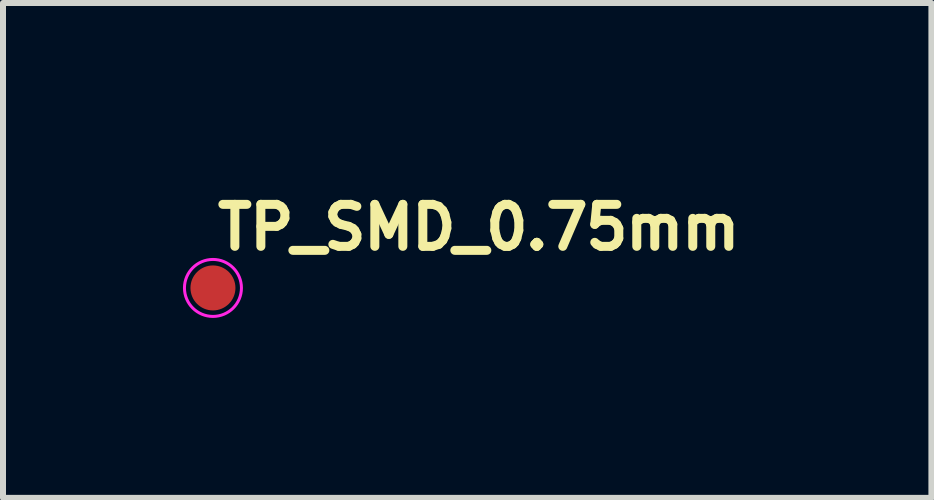
<source format=kicad_pcb>
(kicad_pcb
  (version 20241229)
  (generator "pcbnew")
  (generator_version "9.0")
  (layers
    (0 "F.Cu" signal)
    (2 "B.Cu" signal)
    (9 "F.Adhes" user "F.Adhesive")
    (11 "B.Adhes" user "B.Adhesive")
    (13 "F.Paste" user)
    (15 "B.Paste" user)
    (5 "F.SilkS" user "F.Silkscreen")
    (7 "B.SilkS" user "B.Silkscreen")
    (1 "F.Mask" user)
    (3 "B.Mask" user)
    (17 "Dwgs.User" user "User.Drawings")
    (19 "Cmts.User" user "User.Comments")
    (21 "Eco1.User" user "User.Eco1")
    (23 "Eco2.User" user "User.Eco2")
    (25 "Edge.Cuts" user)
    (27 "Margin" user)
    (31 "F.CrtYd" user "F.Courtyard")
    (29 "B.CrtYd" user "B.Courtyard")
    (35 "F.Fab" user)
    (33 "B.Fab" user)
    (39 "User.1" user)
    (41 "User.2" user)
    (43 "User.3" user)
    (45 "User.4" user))
  (footprint "TP_SMD_0.75mm"
    (layer "F.Cu")
    (at 0.5 1.75)
    (property "Reference" "TP_SMD_0.75mm" (at 0 -0.6 0) (layer "F.SilkS") (effects (font (size 0.7 0.7) (thickness 0.15)) (justify left bottom)))
    (attr exclude_from_pos_files exclude_from_bom)
    (fp_circle (center 0 0) (end 0.475 0) (stroke (width 0.05) (type default)) (fill no) (layer "F.CrtYd"))
    (pad "1" smd circle (at 0 0) (size 0.75 0.75) (layers "F.Cu" "F.Mask")))
  (gr_rect
    (start -3 -3)
    (end 12.477 5.25)
    (stroke (width 0.1) (type default))
    (fill no)
    (layer "Edge.Cuts")))
</source>
